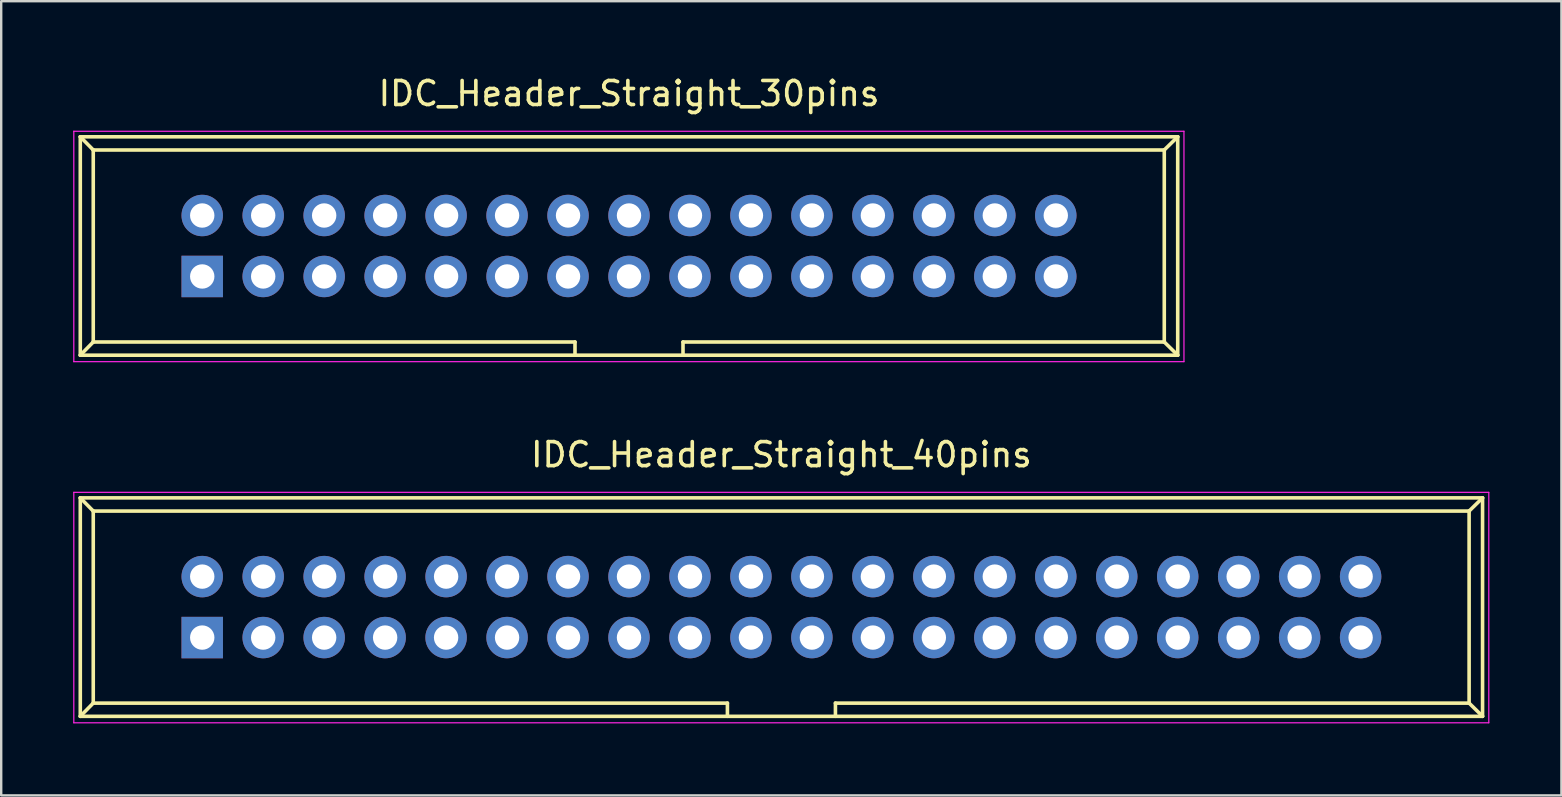
<source format=kicad_pcb>
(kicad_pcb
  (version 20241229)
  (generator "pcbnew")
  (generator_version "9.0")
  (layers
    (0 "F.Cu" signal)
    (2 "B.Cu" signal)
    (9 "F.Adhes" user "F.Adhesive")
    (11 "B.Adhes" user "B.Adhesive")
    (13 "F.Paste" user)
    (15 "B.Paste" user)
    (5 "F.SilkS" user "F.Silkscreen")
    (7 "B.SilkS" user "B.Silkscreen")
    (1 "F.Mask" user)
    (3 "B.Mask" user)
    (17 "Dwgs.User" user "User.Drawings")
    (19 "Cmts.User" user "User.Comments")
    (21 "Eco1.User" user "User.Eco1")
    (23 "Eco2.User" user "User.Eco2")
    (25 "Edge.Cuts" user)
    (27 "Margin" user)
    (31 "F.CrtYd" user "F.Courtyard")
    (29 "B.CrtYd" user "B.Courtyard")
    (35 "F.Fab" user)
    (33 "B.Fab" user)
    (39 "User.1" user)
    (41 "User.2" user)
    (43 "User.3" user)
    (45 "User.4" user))
  (footprint "IDC_Header_Straight_30pins"
    (layer "F.Cu")
    (at 5.375 8.468)
    (property "Reference" "IDC_Header_Straight_30pins" (at 17.78 -7.62 0) (layer "F.SilkS") (effects (font (size 1 1) (thickness 0.15))))
    (attr through_hole)
    (fp_line (start -5.08 -5.82) (end -5.08 3.28) (stroke (width 0.15) (type solid)) (layer "F.SilkS"))
    (fp_line (start -5.08 -5.82) (end -4.54 -5.27) (stroke (width 0.15) (type solid)) (layer "F.SilkS"))
    (fp_line (start -5.08 -5.82) (end 40.64 -5.82) (stroke (width 0.15) (type solid)) (layer "F.SilkS"))
    (fp_line (start -5.08 3.28) (end -4.54 2.73) (stroke (width 0.15) (type solid)) (layer "F.SilkS"))
    (fp_line (start -5.08 3.28) (end 40.64 3.28) (stroke (width 0.15) (type solid)) (layer "F.SilkS"))
    (fp_line (start -4.54 -5.27) (end -4.54 2.73) (stroke (width 0.15) (type solid)) (layer "F.SilkS"))
    (fp_line (start -4.54 -5.27) (end 40.08 -5.27) (stroke (width 0.15) (type solid)) (layer "F.SilkS"))
    (fp_line (start -4.54 2.73) (end 15.53 2.73) (stroke (width 0.15) (type solid)) (layer "F.SilkS"))
    (fp_line (start 15.53 2.73) (end 15.53 3.28) (stroke (width 0.15) (type solid)) (layer "F.SilkS"))
    (fp_line (start 20.03 2.73) (end 20.03 3.28) (stroke (width 0.15) (type solid)) (layer "F.SilkS"))
    (fp_line (start 20.03 2.73) (end 40.08 2.73) (stroke (width 0.15) (type solid)) (layer "F.SilkS"))
    (fp_line (start 40.08 -5.27) (end 40.08 2.73) (stroke (width 0.15) (type solid)) (layer "F.SilkS"))
    (fp_line (start 40.64 -5.82) (end 40.08 -5.27) (stroke (width 0.15) (type solid)) (layer "F.SilkS"))
    (fp_line (start 40.64 -5.82) (end 40.64 3.28) (stroke (width 0.15) (type solid)) (layer "F.SilkS"))
    (fp_line (start 40.64 3.28) (end 40.08 2.73) (stroke (width 0.15) (type solid)) (layer "F.SilkS"))
    (fp_line (start -5.35 -6.05) (end 40.9 -6.05) (stroke (width 0.05) (type solid)) (layer "F.CrtYd"))
    (fp_line (start -5.35 3.55) (end -5.35 -6.05) (stroke (width 0.05) (type solid)) (layer "F.CrtYd"))
    (fp_line (start 40.9 -6.05) (end 40.9 3.55) (stroke (width 0.05) (type solid)) (layer "F.CrtYd"))
    (fp_line (start 40.9 3.55) (end -5.35 3.55) (stroke (width 0.05) (type solid)) (layer "F.CrtYd"))
    (pad "1" thru_hole rect (at 0 0) (size 1.727 1.727) (drill 1.016) (layers "*.Cu" "*.Mask"))
    (pad "2" thru_hole oval (at 0 -2.54) (size 1.727 1.727) (drill 1.016) (layers "*.Cu" "*.Mask"))
    (pad "3" thru_hole oval (at 2.54 0) (size 1.727 1.727) (drill 1.016) (layers "*.Cu" "*.Mask"))
    (pad "4" thru_hole oval (at 2.54 -2.54) (size 1.727 1.727) (drill 1.016) (layers "*.Cu" "*.Mask"))
    (pad "5" thru_hole oval (at 5.08 0) (size 1.727 1.727) (drill 1.016) (layers "*.Cu" "*.Mask"))
    (pad "6" thru_hole oval (at 5.08 -2.54) (size 1.727 1.727) (drill 1.016) (layers "*.Cu" "*.Mask"))
    (pad "7" thru_hole oval (at 7.62 0) (size 1.727 1.727) (drill 1.016) (layers "*.Cu" "*.Mask"))
    (pad "8" thru_hole oval (at 7.62 -2.54) (size 1.727 1.727) (drill 1.016) (layers "*.Cu" "*.Mask"))
    (pad "9" thru_hole oval (at 10.16 0) (size 1.727 1.727) (drill 1.016) (layers "*.Cu" "*.Mask"))
    (pad "10" thru_hole oval (at 10.16 -2.54) (size 1.727 1.727) (drill 1.016) (layers "*.Cu" "*.Mask"))
    (pad "11" thru_hole oval (at 12.7 0) (size 1.727 1.727) (drill 1.016) (layers "*.Cu" "*.Mask"))
    (pad "12" thru_hole oval (at 12.7 -2.54) (size 1.727 1.727) (drill 1.016) (layers "*.Cu" "*.Mask"))
    (pad "13" thru_hole oval (at 15.24 0) (size 1.727 1.727) (drill 1.016) (layers "*.Cu" "*.Mask"))
    (pad "14" thru_hole oval (at 15.24 -2.54) (size 1.727 1.727) (drill 1.016) (layers "*.Cu" "*.Mask"))
    (pad "15" thru_hole oval (at 17.78 0) (size 1.727 1.727) (drill 1.016) (layers "*.Cu" "*.Mask"))
    (pad "16" thru_hole oval (at 17.78 -2.54) (size 1.727 1.727) (drill 1.016) (layers "*.Cu" "*.Mask"))
    (pad "17" thru_hole oval (at 20.32 0) (size 1.727 1.727) (drill 1.016) (layers "*.Cu" "*.Mask"))
    (pad "18" thru_hole oval (at 20.32 -2.54) (size 1.727 1.727) (drill 1.016) (layers "*.Cu" "*.Mask"))
    (pad "19" thru_hole oval (at 22.86 0) (size 1.727 1.727) (drill 1.016) (layers "*.Cu" "*.Mask"))
    (pad "20" thru_hole oval (at 22.86 -2.54) (size 1.727 1.727) (drill 1.016) (layers "*.Cu" "*.Mask"))
    (pad "21" thru_hole oval (at 25.4 0) (size 1.727 1.727) (drill 1.016) (layers "*.Cu" "*.Mask"))
    (pad "22" thru_hole oval (at 25.4 -2.54) (size 1.727 1.727) (drill 1.016) (layers "*.Cu" "*.Mask"))
    (pad "23" thru_hole oval (at 27.94 0) (size 1.727 1.727) (drill 1.016) (layers "*.Cu" "*.Mask"))
    (pad "24" thru_hole oval (at 27.94 -2.54) (size 1.727 1.727) (drill 1.016) (layers "*.Cu" "*.Mask"))
    (pad "25" thru_hole oval (at 30.48 0) (size 1.727 1.727) (drill 1.016) (layers "*.Cu" "*.Mask"))
    (pad "26" thru_hole oval (at 30.48 -2.54) (size 1.727 1.727) (drill 1.016) (layers "*.Cu" "*.Mask"))
    (pad "27" thru_hole oval (at 33.02 0) (size 1.727 1.727) (drill 1.016) (layers "*.Cu" "*.Mask"))
    (pad "28" thru_hole oval (at 33.02 -2.54) (size 1.727 1.727) (drill 1.016) (layers "*.Cu" "*.Mask"))
    (pad "29" thru_hole oval (at 35.56 0) (size 1.727 1.727) (drill 1.016) (layers "*.Cu" "*.Mask"))
    (pad "30" thru_hole oval (at 35.56 -2.54) (size 1.727 1.727) (drill 1.016) (layers "*.Cu" "*.Mask")))
  (footprint "IDC_Header_Straight_40pins"
    (layer "F.Cu")
    (at 5.375 23.512)
    (property "Reference" "IDC_Header_Straight_40pins" (at 24.13 -7.62 0) (layer "F.SilkS") (effects (font (size 1 1) (thickness 0.15))))
    (attr through_hole)
    (fp_line (start -5.08 -5.82) (end -5.08 3.28) (stroke (width 0.15) (type solid)) (layer "F.SilkS"))
    (fp_line (start -5.08 -5.82) (end -4.54 -5.27) (stroke (width 0.15) (type solid)) (layer "F.SilkS"))
    (fp_line (start -5.08 -5.82) (end 53.34 -5.82) (stroke (width 0.15) (type solid)) (layer "F.SilkS"))
    (fp_line (start -5.08 3.28) (end -4.54 2.73) (stroke (width 0.15) (type solid)) (layer "F.SilkS"))
    (fp_line (start -5.08 3.28) (end 53.34 3.28) (stroke (width 0.15) (type solid)) (layer "F.SilkS"))
    (fp_line (start -4.54 -5.27) (end -4.54 2.73) (stroke (width 0.15) (type solid)) (layer "F.SilkS"))
    (fp_line (start -4.54 -5.27) (end 52.78 -5.27) (stroke (width 0.15) (type solid)) (layer "F.SilkS"))
    (fp_line (start -4.54 2.73) (end 21.88 2.73) (stroke (width 0.15) (type solid)) (layer "F.SilkS"))
    (fp_line (start 21.88 2.73) (end 21.88 3.28) (stroke (width 0.15) (type solid)) (layer "F.SilkS"))
    (fp_line (start 26.38 2.73) (end 26.38 3.28) (stroke (width 0.15) (type solid)) (layer "F.SilkS"))
    (fp_line (start 26.38 2.73) (end 52.78 2.73) (stroke (width 0.15) (type solid)) (layer "F.SilkS"))
    (fp_line (start 52.78 -5.27) (end 52.78 2.73) (stroke (width 0.15) (type solid)) (layer "F.SilkS"))
    (fp_line (start 53.34 -5.82) (end 52.78 -5.27) (stroke (width 0.15) (type solid)) (layer "F.SilkS"))
    (fp_line (start 53.34 -5.82) (end 53.34 3.28) (stroke (width 0.15) (type solid)) (layer "F.SilkS"))
    (fp_line (start 53.34 3.28) (end 52.78 2.73) (stroke (width 0.15) (type solid)) (layer "F.SilkS"))
    (fp_line (start -5.35 -6.05) (end 53.6 -6.05) (stroke (width 0.05) (type solid)) (layer "F.CrtYd"))
    (fp_line (start -5.35 3.55) (end -5.35 -6.05) (stroke (width 0.05) (type solid)) (layer "F.CrtYd"))
    (fp_line (start 53.6 -6.05) (end 53.6 3.55) (stroke (width 0.05) (type solid)) (layer "F.CrtYd"))
    (fp_line (start 53.6 3.55) (end -5.35 3.55) (stroke (width 0.05) (type solid)) (layer "F.CrtYd"))
    (pad "1" thru_hole rect (at 0 0) (size 1.727 1.727) (drill 1.016) (layers "*.Cu" "*.Mask"))
    (pad "2" thru_hole oval (at 0 -2.54) (size 1.727 1.727) (drill 1.016) (layers "*.Cu" "*.Mask"))
    (pad "3" thru_hole oval (at 2.54 0) (size 1.727 1.727) (drill 1.016) (layers "*.Cu" "*.Mask"))
    (pad "4" thru_hole oval (at 2.54 -2.54) (size 1.727 1.727) (drill 1.016) (layers "*.Cu" "*.Mask"))
    (pad "5" thru_hole oval (at 5.08 0) (size 1.727 1.727) (drill 1.016) (layers "*.Cu" "*.Mask"))
    (pad "6" thru_hole oval (at 5.08 -2.54) (size 1.727 1.727) (drill 1.016) (layers "*.Cu" "*.Mask"))
    (pad "7" thru_hole oval (at 7.62 0) (size 1.727 1.727) (drill 1.016) (layers "*.Cu" "*.Mask"))
    (pad "8" thru_hole oval (at 7.62 -2.54) (size 1.727 1.727) (drill 1.016) (layers "*.Cu" "*.Mask"))
    (pad "9" thru_hole oval (at 10.16 0) (size 1.727 1.727) (drill 1.016) (layers "*.Cu" "*.Mask"))
    (pad "10" thru_hole oval (at 10.16 -2.54) (size 1.727 1.727) (drill 1.016) (layers "*.Cu" "*.Mask"))
    (pad "11" thru_hole oval (at 12.7 0) (size 1.727 1.727) (drill 1.016) (layers "*.Cu" "*.Mask"))
    (pad "12" thru_hole oval (at 12.7 -2.54) (size 1.727 1.727) (drill 1.016) (layers "*.Cu" "*.Mask"))
    (pad "13" thru_hole oval (at 15.24 0) (size 1.727 1.727) (drill 1.016) (layers "*.Cu" "*.Mask"))
    (pad "14" thru_hole oval (at 15.24 -2.54) (size 1.727 1.727) (drill 1.016) (layers "*.Cu" "*.Mask"))
    (pad "15" thru_hole oval (at 17.78 0) (size 1.727 1.727) (drill 1.016) (layers "*.Cu" "*.Mask"))
    (pad "16" thru_hole oval (at 17.78 -2.54) (size 1.727 1.727) (drill 1.016) (layers "*.Cu" "*.Mask"))
    (pad "17" thru_hole oval (at 20.32 0) (size 1.727 1.727) (drill 1.016) (layers "*.Cu" "*.Mask"))
    (pad "18" thru_hole oval (at 20.32 -2.54) (size 1.727 1.727) (drill 1.016) (layers "*.Cu" "*.Mask"))
    (pad "19" thru_hole oval (at 22.86 0) (size 1.727 1.727) (drill 1.016) (layers "*.Cu" "*.Mask"))
    (pad "20" thru_hole oval (at 22.86 -2.54) (size 1.727 1.727) (drill 1.016) (layers "*.Cu" "*.Mask"))
    (pad "21" thru_hole oval (at 25.4 0) (size 1.727 1.727) (drill 1.016) (layers "*.Cu" "*.Mask"))
    (pad "22" thru_hole oval (at 25.4 -2.54) (size 1.727 1.727) (drill 1.016) (layers "*.Cu" "*.Mask"))
    (pad "23" thru_hole oval (at 27.94 0) (size 1.727 1.727) (drill 1.016) (layers "*.Cu" "*.Mask"))
    (pad "24" thru_hole oval (at 27.94 -2.54) (size 1.727 1.727) (drill 1.016) (layers "*.Cu" "*.Mask"))
    (pad "25" thru_hole oval (at 30.48 0) (size 1.727 1.727) (drill 1.016) (layers "*.Cu" "*.Mask"))
    (pad "26" thru_hole oval (at 30.48 -2.54) (size 1.727 1.727) (drill 1.016) (layers "*.Cu" "*.Mask"))
    (pad "27" thru_hole oval (at 33.02 0) (size 1.727 1.727) (drill 1.016) (layers "*.Cu" "*.Mask"))
    (pad "28" thru_hole oval (at 33.02 -2.54) (size 1.727 1.727) (drill 1.016) (layers "*.Cu" "*.Mask"))
    (pad "29" thru_hole oval (at 35.56 0) (size 1.727 1.727) (drill 1.016) (layers "*.Cu" "*.Mask"))
    (pad "30" thru_hole oval (at 35.56 -2.54) (size 1.727 1.727) (drill 1.016) (layers "*.Cu" "*.Mask"))
    (pad "31" thru_hole oval (at 38.1 0) (size 1.727 1.727) (drill 1.016) (layers "*.Cu" "*.Mask"))
    (pad "32" thru_hole oval (at 38.1 -2.54) (size 1.727 1.727) (drill 1.016) (layers "*.Cu" "*.Mask"))
    (pad "33" thru_hole oval (at 40.64 0) (size 1.727 1.727) (drill 1.016) (layers "*.Cu" "*.Mask"))
    (pad "34" thru_hole oval (at 40.64 -2.54) (size 1.727 1.727) (drill 1.016) (layers "*.Cu" "*.Mask"))
    (pad "35" thru_hole oval (at 43.18 0) (size 1.727 1.727) (drill 1.016) (layers "*.Cu" "*.Mask"))
    (pad "36" thru_hole oval (at 43.18 -2.54) (size 1.727 1.727) (drill 1.016) (layers "*.Cu" "*.Mask"))
    (pad "37" thru_hole oval (at 45.72 0) (size 1.727 1.727) (drill 1.016) (layers "*.Cu" "*.Mask"))
    (pad "38" thru_hole oval (at 45.72 -2.54) (size 1.727 1.727) (drill 1.016) (layers "*.Cu" "*.Mask"))
    (pad "39" thru_hole oval (at 48.26 0) (size 1.727 1.727) (drill 1.016) (layers "*.Cu" "*.Mask"))
    (pad "40" thru_hole oval (at 48.26 -2.54) (size 1.727 1.727) (drill 1.016) (layers "*.Cu" "*.Mask")))
  (gr_rect
    (start -3 -3)
    (end 62 30.087)
    (stroke (width 0.1) (type default))
    (fill no)
    (layer "Edge.Cuts")))
</source>
